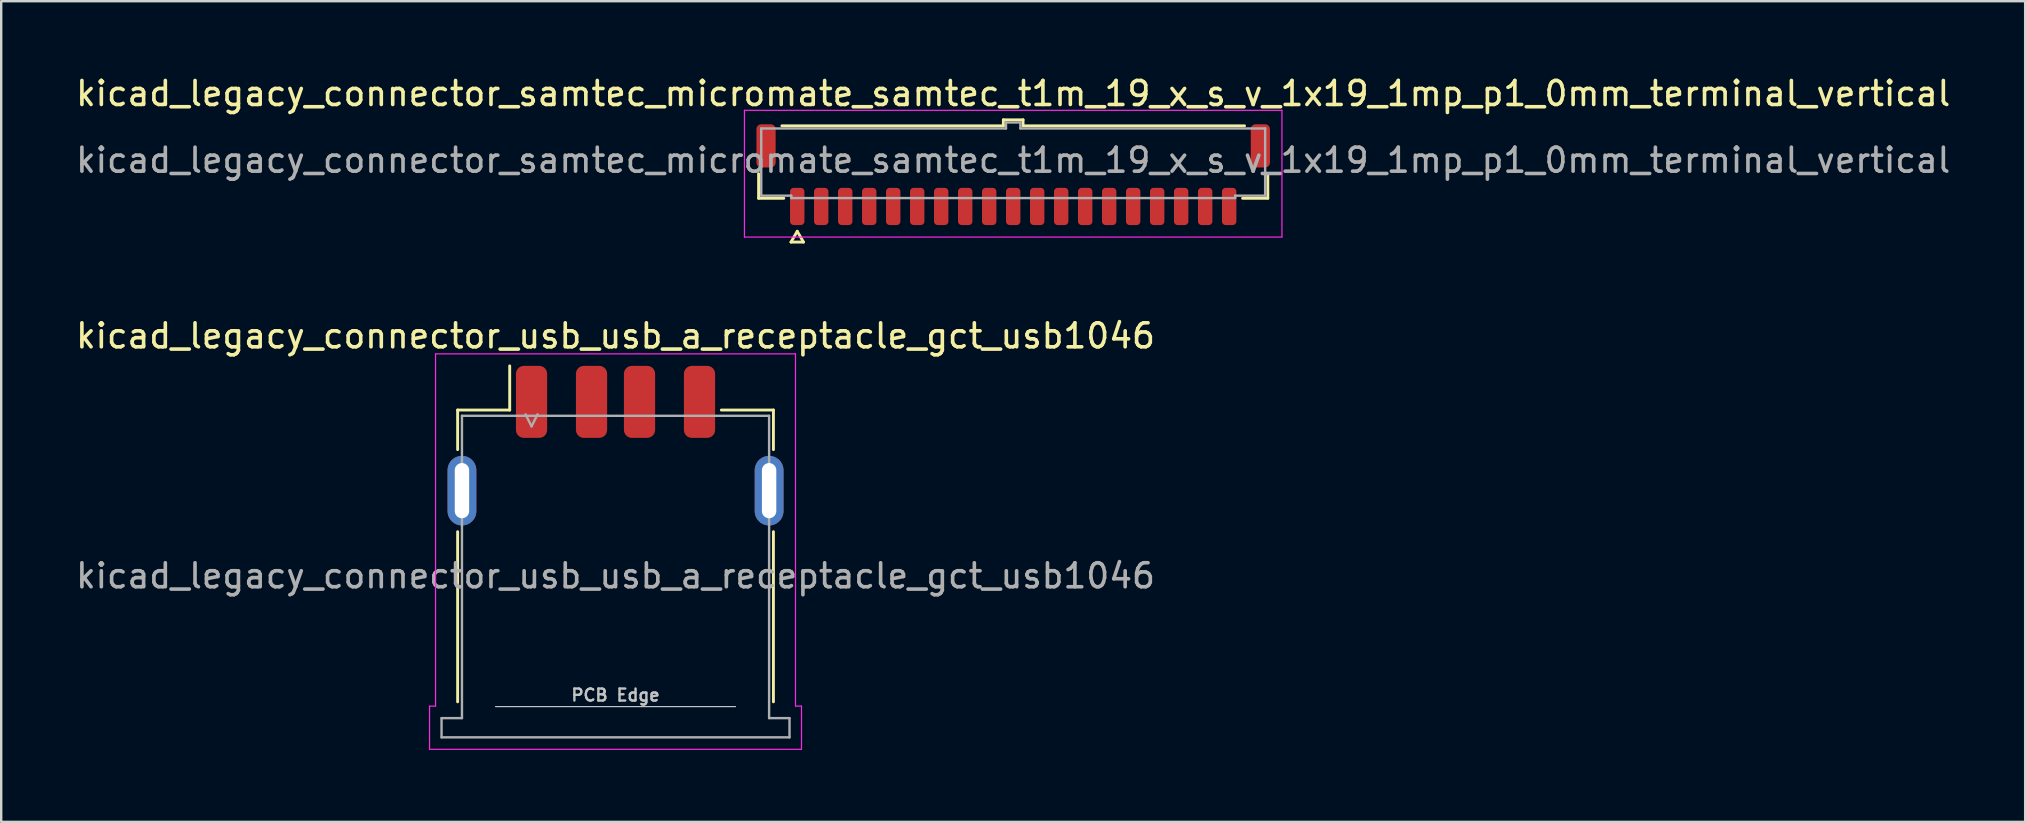
<source format=kicad_pcb>
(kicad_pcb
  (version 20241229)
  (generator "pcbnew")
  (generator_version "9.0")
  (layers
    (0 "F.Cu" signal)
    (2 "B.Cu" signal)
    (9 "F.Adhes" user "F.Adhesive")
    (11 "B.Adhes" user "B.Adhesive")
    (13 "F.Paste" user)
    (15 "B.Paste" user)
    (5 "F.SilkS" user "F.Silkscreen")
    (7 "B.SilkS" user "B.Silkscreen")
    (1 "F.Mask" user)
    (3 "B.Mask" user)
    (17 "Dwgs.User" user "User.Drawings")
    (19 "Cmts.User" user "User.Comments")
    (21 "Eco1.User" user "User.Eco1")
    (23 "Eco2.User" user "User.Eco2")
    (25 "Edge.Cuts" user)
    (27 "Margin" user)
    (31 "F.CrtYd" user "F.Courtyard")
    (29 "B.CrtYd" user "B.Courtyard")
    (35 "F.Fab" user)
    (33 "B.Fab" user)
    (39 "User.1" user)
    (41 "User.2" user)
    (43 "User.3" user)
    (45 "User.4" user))
  (footprint "kicad_legacy_connector_samtec_micromate_samtec_t1m_19_x_s_v_1x19_1mp_p1_0mm_terminal_vertical"
    (layer "F.Cu")
    (at 39.173 3.628)
    (property "Reference" "kicad_legacy_connector_samtec_micromate_samtec_t1m_19_x_s_v_1x19_1mp_p1_0mm_terminal_vertical" (at 0 -2.78 0) (layer "F.SilkS") (effects (font (size 1 1) (thickness 0.15))))
    (attr smd)
    (fp_line (start -10.61 1.585) (end -10.61 0.56) (stroke (width 0.12) (type solid)) (layer "F.SilkS"))
    (fp_line (start -9.64 -1.435) (end -0.41 -1.435) (stroke (width 0.12) (type solid)) (layer "F.SilkS"))
    (fp_line (start -9.56 1.585) (end -10.61 1.585) (stroke (width 0.12) (type solid)) (layer "F.SilkS"))
    (fp_line (start -9.26 3.41) (end -9 2.96) (stroke (width 0.12) (type solid)) (layer "F.SilkS"))
    (fp_line (start -9 2.96) (end -8.74 3.41) (stroke (width 0.12) (type solid)) (layer "F.SilkS"))
    (fp_line (start -8.74 3.41) (end -9.26 3.41) (stroke (width 0.12) (type solid)) (layer "F.SilkS"))
    (fp_line (start -0.41 -1.685) (end 0.41 -1.685) (stroke (width 0.12) (type solid)) (layer "F.SilkS"))
    (fp_line (start -0.41 -1.435) (end -0.41 -1.685) (stroke (width 0.12) (type solid)) (layer "F.SilkS"))
    (fp_line (start 0.41 -1.685) (end 0.41 -1.435) (stroke (width 0.12) (type solid)) (layer "F.SilkS"))
    (fp_line (start 0.41 -1.435) (end 9.64 -1.435) (stroke (width 0.12) (type solid)) (layer "F.SilkS"))
    (fp_line (start 10.61 0.56) (end 10.61 1.585) (stroke (width 0.12) (type solid)) (layer "F.SilkS"))
    (fp_line (start 10.61 1.585) (end 9.56 1.585) (stroke (width 0.12) (type solid)) (layer "F.SilkS"))
    (fp_line (start -11.2 -2.08) (end -11.2 3.2) (stroke (width 0.05) (type solid)) (layer "F.CrtYd"))
    (fp_line (start -11.2 3.2) (end 11.2 3.2) (stroke (width 0.05) (type solid)) (layer "F.CrtYd"))
    (fp_line (start 11.2 -2.08) (end -11.2 -2.08) (stroke (width 0.05) (type solid)) (layer "F.CrtYd"))
    (fp_line (start 11.2 3.2) (end 11.2 -2.08) (stroke (width 0.05) (type solid)) (layer "F.CrtYd"))
    (fp_line (start -10.5 -1.325) (end -0.3 -1.325) (stroke (width 0.1) (type solid)) (layer "F.Fab"))
    (fp_line (start -10.5 1.475) (end -10.5 -1.325) (stroke (width 0.1) (type solid)) (layer "F.Fab"))
    (fp_line (start -9.25 1.475) (end -10.5 1.475) (stroke (width 0.1) (type solid)) (layer "F.Fab"))
    (fp_line (start -9.25 1.575) (end -9.25 1.475) (stroke (width 0.1) (type solid)) (layer "F.Fab"))
    (fp_line (start -0.3 -1.575) (end 0.3 -1.575) (stroke (width 0.1) (type solid)) (layer "F.Fab"))
    (fp_line (start -0.3 -1.325) (end -0.3 -1.575) (stroke (width 0.1) (type solid)) (layer "F.Fab"))
    (fp_line (start 0.3 -1.575) (end 0.3 -1.325) (stroke (width 0.1) (type solid)) (layer "F.Fab"))
    (fp_line (start 0.3 -1.325) (end 10.5 -1.325) (stroke (width 0.1) (type solid)) (layer "F.Fab"))
    (fp_line (start 9.25 1.475) (end 9.25 1.575) (stroke (width 0.1) (type solid)) (layer "F.Fab"))
    (fp_line (start 9.25 1.575) (end -9.25 1.575) (stroke (width 0.1) (type solid)) (layer "F.Fab"))
    (fp_line (start 10.5 -1.325) (end 10.5 1.475) (stroke (width 0.1) (type solid)) (layer "F.Fab"))
    (fp_line (start 10.5 1.475) (end 9.25 1.475) (stroke (width 0.1) (type solid)) (layer "F.Fab"))
    (fp_text user "${REFERENCE}" (at 0 0 0) (layer "F.Fab") (effects (font (size 1 1) (thickness 0.15))))
    (pad "1" smd roundrect (at -9 1.925) (size 0.6 1.55) (layers "F.Cu" "F.Mask" "F.Paste") (roundrect_rratio 0.25))
    (pad "2" smd roundrect (at -8 1.925) (size 0.6 1.55) (layers "F.Cu" "F.Mask" "F.Paste") (roundrect_rratio 0.25))
    (pad "3" smd roundrect (at -7 1.925) (size 0.6 1.55) (layers "F.Cu" "F.Mask" "F.Paste") (roundrect_rratio 0.25))
    (pad "4" smd roundrect (at -6 1.925) (size 0.6 1.55) (layers "F.Cu" "F.Mask" "F.Paste") (roundrect_rratio 0.25))
    (pad "5" smd roundrect (at -5 1.925) (size 0.6 1.55) (layers "F.Cu" "F.Mask" "F.Paste") (roundrect_rratio 0.25))
    (pad "6" smd roundrect (at -4 1.925) (size 0.6 1.55) (layers "F.Cu" "F.Mask" "F.Paste") (roundrect_rratio 0.25))
    (pad "7" smd roundrect (at -3 1.925) (size 0.6 1.55) (layers "F.Cu" "F.Mask" "F.Paste") (roundrect_rratio 0.25))
    (pad "8" smd roundrect (at -2 1.925) (size 0.6 1.55) (layers "F.Cu" "F.Mask" "F.Paste") (roundrect_rratio 0.25))
    (pad "9" smd roundrect (at -1 1.925) (size 0.6 1.55) (layers "F.Cu" "F.Mask" "F.Paste") (roundrect_rratio 0.25))
    (pad "10" smd roundrect (at 0 1.925) (size 0.6 1.55) (layers "F.Cu" "F.Mask" "F.Paste") (roundrect_rratio 0.25))
    (pad "11" smd roundrect (at 1 1.925) (size 0.6 1.55) (layers "F.Cu" "F.Mask" "F.Paste") (roundrect_rratio 0.25))
    (pad "12" smd roundrect (at 2 1.925) (size 0.6 1.55) (layers "F.Cu" "F.Mask" "F.Paste") (roundrect_rratio 0.25))
    (pad "13" smd roundrect (at 3 1.925) (size 0.6 1.55) (layers "F.Cu" "F.Mask" "F.Paste") (roundrect_rratio 0.25))
    (pad "14" smd roundrect (at 4 1.925) (size 0.6 1.55) (layers "F.Cu" "F.Mask" "F.Paste") (roundrect_rratio 0.25))
    (pad "15" smd roundrect (at 5 1.925) (size 0.6 1.55) (layers "F.Cu" "F.Mask" "F.Paste") (roundrect_rratio 0.25))
    (pad "16" smd roundrect (at 6 1.925) (size 0.6 1.55) (layers "F.Cu" "F.Mask" "F.Paste") (roundrect_rratio 0.25))
    (pad "17" smd roundrect (at 7 1.925) (size 0.6 1.55) (layers "F.Cu" "F.Mask" "F.Paste") (roundrect_rratio 0.25))
    (pad "18" smd roundrect (at 8 1.925) (size 0.6 1.55) (layers "F.Cu" "F.Mask" "F.Paste") (roundrect_rratio 0.25))
    (pad "19" smd roundrect (at 9 1.925) (size 0.6 1.55) (layers "F.Cu" "F.Mask" "F.Paste") (roundrect_rratio 0.25))
    (pad "MP" smd roundrect (at -10.3 -0.6) (size 0.8 1.8) (layers "F.Cu" "F.Mask" "F.Paste") (roundrect_rratio 0.25))
    (pad "MP" smd roundrect (at 10.3 -0.6) (size 0.8 1.8) (layers "F.Cu" "F.Mask" "F.Paste") (roundrect_rratio 0.25)))
  (footprint "kicad_legacy_connector_usb_usb_a_receptacle_gct_usb1046"
    (layer "F.Cu")
    (at 22.601 20.947)
    (property "Reference" "kicad_legacy_connector_usb_usb_a_receptacle_gct_usb1046" (at 0 -10 0) (layer "F.SilkS") (effects (font (size 1 1) (thickness 0.15))))
    (attr smd)
    (fp_line (start -6.58 -6.91) (end -6.58 -5.26) (stroke (width 0.12) (type default)) (layer "F.SilkS"))
    (fp_line (start -6.58 -1.84) (end -6.58 5.25) (stroke (width 0.12) (type default)) (layer "F.SilkS"))
    (fp_line (start -4.41 -6.91) (end -6.58 -6.91) (stroke (width 0.12) (type default)) (layer "F.SilkS"))
    (fp_line (start -4.41 -6.91) (end -4.41 -8.75) (stroke (width 0.12) (type default)) (layer "F.SilkS"))
    (fp_line (start 4.41 -6.91) (end 6.58 -6.91) (stroke (width 0.12) (type default)) (layer "F.SilkS"))
    (fp_line (start 6.58 -6.91) (end 6.58 -5.26) (stroke (width 0.12) (type default)) (layer "F.SilkS"))
    (fp_line (start 6.58 -1.84) (end 6.58 5.25) (stroke (width 0.12) (type default)) (layer "F.SilkS"))
    (fp_line (start -5 5.45) (end 5 5.45) (stroke (width 0.05) (type default)) (layer "Dwgs.User"))
    (fp_line (start -7.75 5.43) (end -7.75 7.23) (stroke (width 0.05) (type default)) (layer "F.CrtYd"))
    (fp_line (start -7.75 7.23) (end 7.75 7.23) (stroke (width 0.05) (type solid)) (layer "F.CrtYd"))
    (fp_line (start -7.5 -9.25) (end 7.5 -9.25) (stroke (width 0.05) (type solid)) (layer "F.CrtYd"))
    (fp_line (start -7.5 5.43) (end -7.75 5.43) (stroke (width 0.05) (type default)) (layer "F.CrtYd"))
    (fp_line (start -7.5 5.43) (end -7.5 -9.25) (stroke (width 0.05) (type solid)) (layer "F.CrtYd"))
    (fp_line (start 7.5 5.43) (end 7.5 -9.25) (stroke (width 0.05) (type solid)) (layer "F.CrtYd"))
    (fp_line (start 7.5 5.43) (end 7.75 5.43) (stroke (width 0.05) (type default)) (layer "F.CrtYd"))
    (fp_line (start 7.75 5.43) (end 7.75 7.23) (stroke (width 0.05) (type default)) (layer "F.CrtYd"))
    (fp_line (start -7.25 5.93) (end -7.25 6.73) (stroke (width 0.1) (type default)) (layer "F.Fab"))
    (fp_line (start -7.25 6.73) (end 7.25 6.73) (stroke (width 0.1) (type default)) (layer "F.Fab"))
    (fp_line (start -6.4 -6.67) (end -6.4 5.93) (stroke (width 0.1) (type default)) (layer "F.Fab"))
    (fp_line (start -6.4 5.93) (end -7.25 5.93) (stroke (width 0.1) (type default)) (layer "F.Fab"))
    (fp_line (start -3.75 -6.73) (end -3.5 -6.23) (stroke (width 0.1) (type default)) (layer "F.Fab"))
    (fp_line (start -3.5 -6.23) (end -3.25 -6.73) (stroke (width 0.1) (type default)) (layer "F.Fab"))
    (fp_line (start 6.4 -6.67) (end -6.4 -6.67) (stroke (width 0.1) (type default)) (layer "F.Fab"))
    (fp_line (start 6.4 5.93) (end 6.4 -6.67) (stroke (width 0.1) (type default)) (layer "F.Fab"))
    (fp_line (start 7.25 5.93) (end 6.4 5.93) (stroke (width 0.1) (type default)) (layer "F.Fab"))
    (fp_line (start 7.25 6.73) (end 7.25 5.93) (stroke (width 0.1) (type default)) (layer "F.Fab"))
    (fp_text user "PCB Edge" (at 0 4.97 0) (layer "Dwgs.User") (effects (font (size 0.5 0.5) (thickness 0.1))))
    (fp_text user "${REFERENCE}" (at 0 0 0) (unlocked yes) (layer "F.Fab") (effects (font (size 1 1) (thickness 0.15))))
    (pad "" smd oval (at -6.4 -3.55) (size 1.2 2.9) (layers "F.Paste"))
    (pad "" smd oval (at 6.4 -3.55) (size 1.2 2.9) (layers "F.Paste"))
    (pad "1" smd roundrect (at -3.5 -7.25) (size 1.3 3) (layers "F.Cu" "F.Mask" "F.Paste") (roundrect_rratio 0.25))
    (pad "2" smd roundrect (at -1 -7.25) (size 1.3 3) (layers "F.Cu" "F.Mask" "F.Paste") (roundrect_rratio 0.25))
    (pad "3" smd roundrect (at 1 -7.25) (size 1.3 3) (layers "F.Cu" "F.Mask" "F.Paste") (roundrect_rratio 0.25))
    (pad "4" smd roundrect (at 3.5 -7.25) (size 1.3 3) (layers "F.Cu" "F.Mask" "F.Paste") (roundrect_rratio 0.25))
    (pad "5" thru_hole oval (at -6.4 -3.55) (size 1.2 2.9) (drill oval 0.6 2.3) (layers "*.Cu" "*.Mask"))
    (pad "5" thru_hole oval (at 6.4 -3.55) (size 1.2 2.9) (drill oval 0.6 2.3) (layers "*.Cu" "*.Mask")))
  (gr_rect
    (start -3 -3)
    (end 81.345 31.201)
    (stroke (width 0.1) (type default))
    (fill no)
    (layer "Edge.Cuts")))
</source>
